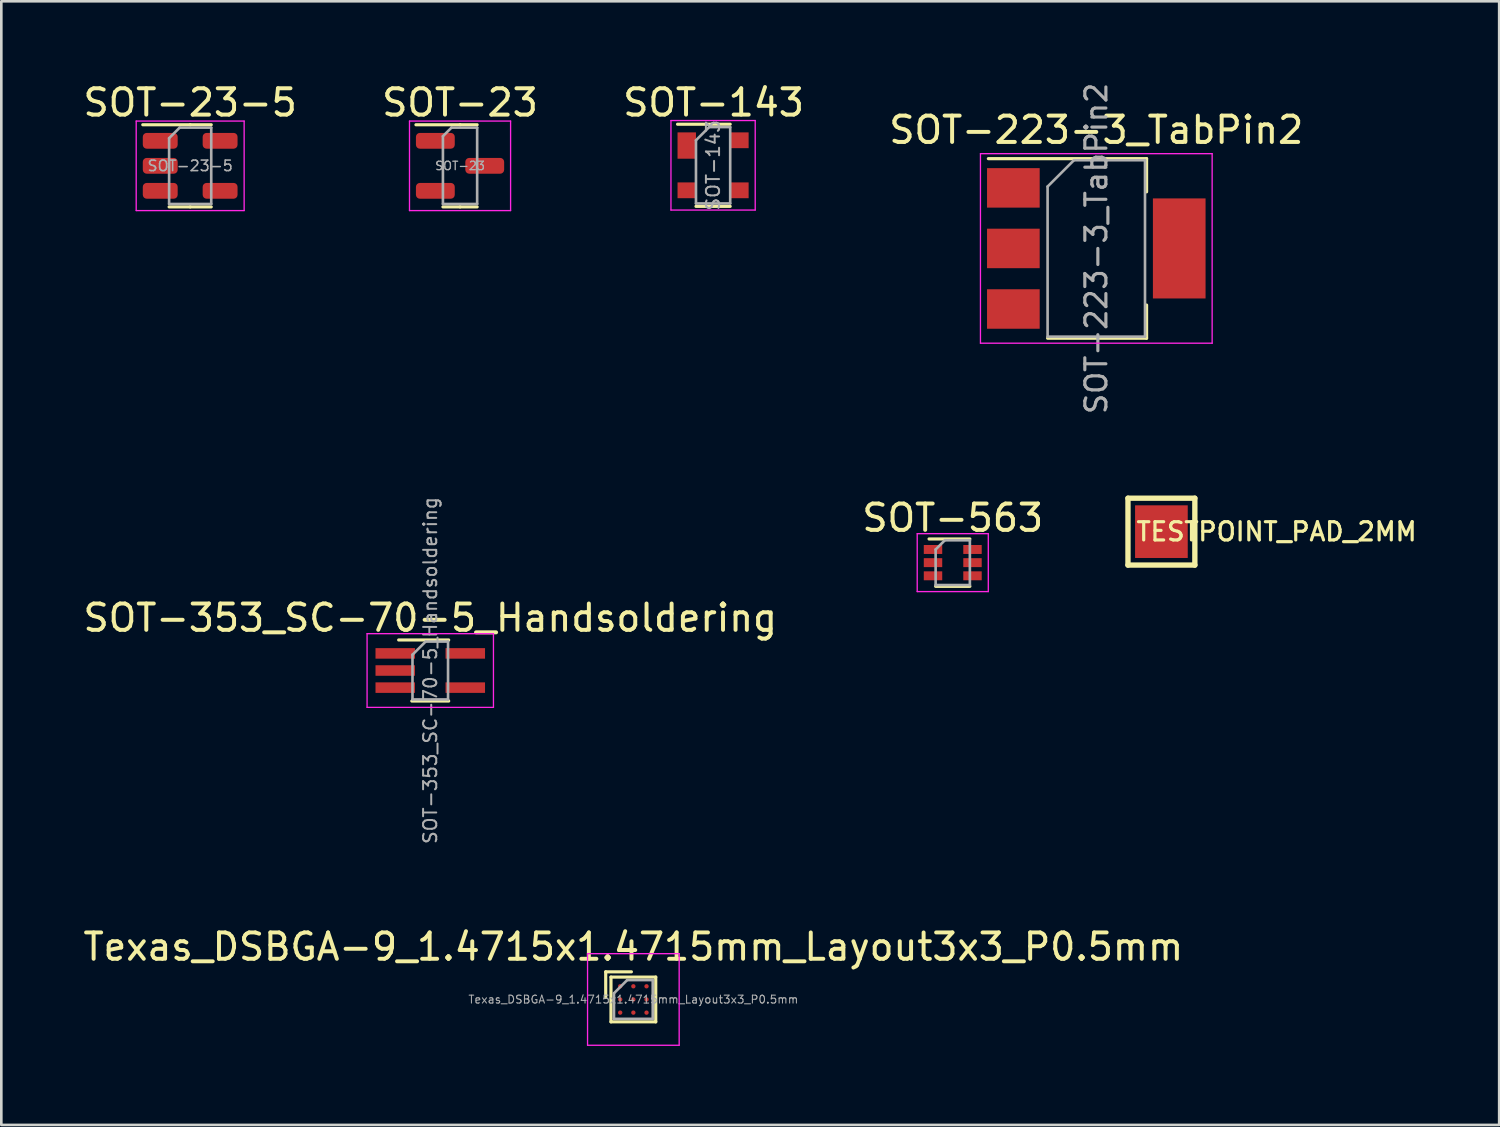
<source format=kicad_pcb>
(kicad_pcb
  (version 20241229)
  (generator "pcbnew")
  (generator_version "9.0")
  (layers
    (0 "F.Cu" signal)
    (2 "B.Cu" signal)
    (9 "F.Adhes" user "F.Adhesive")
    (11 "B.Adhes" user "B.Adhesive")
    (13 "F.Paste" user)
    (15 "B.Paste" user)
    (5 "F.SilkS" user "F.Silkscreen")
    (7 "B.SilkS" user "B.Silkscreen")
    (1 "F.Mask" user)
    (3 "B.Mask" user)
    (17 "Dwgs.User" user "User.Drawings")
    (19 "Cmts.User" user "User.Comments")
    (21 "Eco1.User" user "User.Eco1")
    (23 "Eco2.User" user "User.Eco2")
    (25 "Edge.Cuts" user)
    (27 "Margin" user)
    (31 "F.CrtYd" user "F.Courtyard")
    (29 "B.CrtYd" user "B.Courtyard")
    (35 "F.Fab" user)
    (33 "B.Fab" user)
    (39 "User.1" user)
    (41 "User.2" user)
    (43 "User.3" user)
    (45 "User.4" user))
  (footprint "SOT-563"
    (layer "F.Cu")
    (at 33.137 18.32)
    (property "Reference" "SOT-563" (at 0 -1.7 0) (layer "F.SilkS") (effects (font (size 1 1) (thickness 0.15))))
    (attr smd)
    (fp_line (start -0.9 -0.9) (end 0.65 -0.9) (stroke (width 0.12) (type solid)) (layer "F.SilkS"))
    (fp_line (start 0.65 0.9) (end -0.65 0.9) (stroke (width 0.12) (type solid)) (layer "F.SilkS"))
    (fp_line (start -1.35 -1.1) (end -1.35 1.1) (stroke (width 0.05) (type solid)) (layer "F.CrtYd"))
    (fp_line (start -1.35 -1.1) (end 1.35 -1.1) (stroke (width 0.05) (type solid)) (layer "F.CrtYd"))
    (fp_line (start 1.35 1.1) (end -1.35 1.1) (stroke (width 0.05) (type solid)) (layer "F.CrtYd"))
    (fp_line (start 1.35 1.1) (end 1.35 -1.1) (stroke (width 0.05) (type solid)) (layer "F.CrtYd"))
    (fp_line (start -0.65 -0.5) (end -0.65 0.85) (stroke (width 0.1) (type solid)) (layer "F.Fab"))
    (fp_line (start -0.65 -0.5) (end -0.3 -0.85) (stroke (width 0.1) (type solid)) (layer "F.Fab"))
    (fp_line (start -0.65 0.85) (end 0.65 0.85) (stroke (width 0.1) (type solid)) (layer "F.Fab"))
    (fp_line (start 0.65 -0.85) (end -0.3 -0.85) (stroke (width 0.1) (type solid)) (layer "F.Fab"))
    (fp_line (start 0.65 0.85) (end 0.65 -0.85) (stroke (width 0.1) (type solid)) (layer "F.Fab"))
    (pad "1" smd rect (at -0.75 -0.5) (size 0.7 0.34) (layers "F.Cu" "F.Mask" "F.Paste"))
    (pad "2" smd rect (at -0.75 0) (size 0.7 0.34) (layers "F.Cu" "F.Mask" "F.Paste"))
    (pad "3" smd rect (at -0.75 0.5) (size 0.7 0.34) (layers "F.Cu" "F.Mask" "F.Paste"))
    (pad "4" smd rect (at 0.75 0.5) (size 0.7 0.34) (layers "F.Cu" "F.Mask" "F.Paste"))
    (pad "5" smd rect (at 0.75 0) (size 0.7 0.34) (layers "F.Cu" "F.Mask" "F.Paste"))
    (pad "6" smd rect (at 0.75 -0.5) (size 0.7 0.34) (layers "F.Cu" "F.Mask" "F.Paste")))
  (footprint "TESTPOINT_PAD_2MM"
    (layer "F.Cu")
    (at 41.062 17.143)
    (property "Reference" "TESTPOINT_PAD_2MM" (at -1.016 0 0) (layer "F.SilkS") (effects (font (size 0.693 0.693) (thickness 0.12)) (justify left)))
    (attr exclude_from_bom)
    (fp_line (start -1.27 -1.27) (end 1.27 -1.27) (stroke (width 0.203) (type solid)) (layer "F.SilkS"))
    (fp_line (start -1.27 1.27) (end -1.27 -1.27) (stroke (width 0.203) (type solid)) (layer "F.SilkS"))
    (fp_line (start 1.27 -1.27) (end 1.27 1.27) (stroke (width 0.203) (type solid)) (layer "F.SilkS"))
    (fp_line (start 1.27 1.27) (end -1.27 1.27) (stroke (width 0.203) (type solid)) (layer "F.SilkS"))
    (pad "1" smd rect (at 0 0) (size 2 2) (layers "F.Cu" "F.Mask")))
  (footprint "SOT-23-5"
    (layer "F.Cu")
    (at 4.173 3.248)
    (property "Reference" "SOT-23-5" (at 0 -2.4 180) (layer "F.SilkS") (effects (font (size 1 1) (thickness 0.15))))
    (attr smd)
    (fp_line (start 0 -1.56) (end -1.8 -1.56) (stroke (width 0.12) (type solid)) (layer "F.SilkS"))
    (fp_line (start 0 -1.56) (end 0.8 -1.56) (stroke (width 0.12) (type solid)) (layer "F.SilkS"))
    (fp_line (start 0 1.56) (end -0.8 1.56) (stroke (width 0.12) (type solid)) (layer "F.SilkS"))
    (fp_line (start 0 1.56) (end 0.8 1.56) (stroke (width 0.12) (type solid)) (layer "F.SilkS"))
    (fp_line (start -2.05 -1.7) (end -2.05 1.7) (stroke (width 0.05) (type solid)) (layer "F.CrtYd"))
    (fp_line (start -2.05 1.7) (end 2.05 1.7) (stroke (width 0.05) (type solid)) (layer "F.CrtYd"))
    (fp_line (start 2.05 -1.7) (end -2.05 -1.7) (stroke (width 0.05) (type solid)) (layer "F.CrtYd"))
    (fp_line (start 2.05 1.7) (end 2.05 -1.7) (stroke (width 0.05) (type solid)) (layer "F.CrtYd"))
    (fp_line (start -0.8 -1.05) (end -0.4 -1.45) (stroke (width 0.1) (type solid)) (layer "F.Fab"))
    (fp_line (start -0.8 1.45) (end -0.8 -1.05) (stroke (width 0.1) (type solid)) (layer "F.Fab"))
    (fp_line (start -0.4 -1.45) (end 0.8 -1.45) (stroke (width 0.1) (type solid)) (layer "F.Fab"))
    (fp_line (start 0.8 -1.45) (end 0.8 1.45) (stroke (width 0.1) (type solid)) (layer "F.Fab"))
    (fp_line (start 0.8 1.45) (end -0.8 1.45) (stroke (width 0.1) (type solid)) (layer "F.Fab"))
    (fp_text user "${REFERENCE}" (at 0 0 180) (layer "F.Fab") (effects (font (size 0.4 0.4) (thickness 0.06))))
    (pad "1" smd roundrect (at -1.137 -0.95) (size 1.325 0.6) (layers "F.Cu" "F.Mask" "F.Paste") (roundrect_rratio 0.25))
    (pad "2" smd roundrect (at -1.137 0) (size 1.325 0.6) (layers "F.Cu" "F.Mask" "F.Paste") (roundrect_rratio 0.25))
    (pad "3" smd roundrect (at -1.137 0.95) (size 1.325 0.6) (layers "F.Cu" "F.Mask" "F.Paste") (roundrect_rratio 0.25))
    (pad "4" smd roundrect (at 1.137 0.95) (size 1.325 0.6) (layers "F.Cu" "F.Mask" "F.Paste") (roundrect_rratio 0.25))
    (pad "5" smd roundrect (at 1.137 -0.95) (size 1.325 0.6) (layers "F.Cu" "F.Mask" "F.Paste") (roundrect_rratio 0.25)))
  (footprint "Texas_DSBGA-9_1.4715x1.4715mm_Layout3x3_P0.5mm"
    (layer "F.Cu")
    (at 21.006 34.911)
    (property "Reference" "Texas_DSBGA-9_1.4715x1.4715mm_Layout3x3_P0.5mm" (at 0 -2 0) (layer "F.SilkS") (effects (font (size 1 1) (thickness 0.15))))
    (attr smd)
    (fp_line (start -1.05 -1.05) (end -1.05 -0.075) (stroke (width 0.12) (type solid)) (layer "F.SilkS"))
    (fp_line (start -0.85 -0.85) (end -0.85 0.85) (stroke (width 0.12) (type solid)) (layer "F.SilkS"))
    (fp_line (start -0.85 -0.85) (end 0.85 -0.85) (stroke (width 0.12) (type solid)) (layer "F.SilkS"))
    (fp_line (start -0.075 -1.05) (end -1.05 -1.05) (stroke (width 0.12) (type solid)) (layer "F.SilkS"))
    (fp_line (start 0.85 -0.85) (end 0.85 0.85) (stroke (width 0.12) (type solid)) (layer "F.SilkS"))
    (fp_line (start 0.85 0.85) (end -0.85 0.85) (stroke (width 0.12) (type solid)) (layer "F.SilkS"))
    (fp_line (start -1.74 -1.74) (end -1.74 1.74) (stroke (width 0.05) (type solid)) (layer "F.CrtYd"))
    (fp_line (start -1.74 1.74) (end 1.74 1.74) (stroke (width 0.05) (type solid)) (layer "F.CrtYd"))
    (fp_line (start 1.74 -1.74) (end -1.74 -1.74) (stroke (width 0.05) (type solid)) (layer "F.CrtYd"))
    (fp_line (start 1.74 1.74) (end 1.74 -1.74) (stroke (width 0.05) (type solid)) (layer "F.CrtYd"))
    (fp_line (start -0.736 -0.236) (end -0.736 0.736) (stroke (width 0.1) (type solid)) (layer "F.Fab"))
    (fp_line (start -0.736 -0.236) (end -0.236 -0.736) (stroke (width 0.1) (type solid)) (layer "F.Fab"))
    (fp_line (start -0.736 0.736) (end 0.736 0.736) (stroke (width 0.1) (type solid)) (layer "F.Fab"))
    (fp_line (start 0.736 -0.736) (end -0.236 -0.736) (stroke (width 0.1) (type solid)) (layer "F.Fab"))
    (fp_line (start 0.736 0.736) (end 0.736 -0.736) (stroke (width 0.1) (type solid)) (layer "F.Fab"))
    (fp_text user "${REFERENCE}" (at 0 0 0) (layer "F.Fab") (effects (font (size 0.3 0.3) (thickness 0.04))))
    (pad "" smd rect (at -0.5 -0.5) (size 0.3 0.3) (layers "F.Paste"))
    (pad "" smd rect (at -0.5 0) (size 0.3 0.3) (layers "F.Paste"))
    (pad "" smd rect (at -0.5 0.5) (size 0.3 0.3) (layers "F.Paste"))
    (pad "" smd rect (at 0 -0.5) (size 0.3 0.3) (layers "F.Paste"))
    (pad "" smd rect (at 0 0) (size 0.3 0.3) (layers "F.Paste"))
    (pad "" smd rect (at 0 0.5) (size 0.3 0.3) (layers "F.Paste"))
    (pad "" smd rect (at 0.5 -0.5) (size 0.3 0.3) (layers "F.Paste"))
    (pad "" smd rect (at 0.5 0) (size 0.3 0.3) (layers "F.Paste"))
    (pad "" smd rect (at 0.5 0.5) (size 0.3 0.3) (layers "F.Paste"))
    (pad "A1" smd circle (at -0.5 -0.5) (size 0.165 0.165) (layers "F.Cu" "F.Mask"))
    (pad "A2" smd circle (at 0 -0.5) (size 0.165 0.165) (layers "F.Cu" "F.Mask"))
    (pad "A3" smd circle (at 0.5 -0.5) (size 0.165 0.165) (layers "F.Cu" "F.Mask"))
    (pad "B1" smd circle (at -0.5 0) (size 0.165 0.165) (layers "F.Cu" "F.Mask"))
    (pad "B2" smd circle (at 0 0) (size 0.165 0.165) (layers "F.Cu" "F.Mask"))
    (pad "B3" smd circle (at 0.5 0) (size 0.165 0.165) (layers "F.Cu" "F.Mask" "F.Paste"))
    (pad "C1" smd circle (at -0.5 0.5) (size 0.165 0.165) (layers "F.Cu" "F.Mask"))
    (pad "C2" smd circle (at 0 0.5) (size 0.165 0.165) (layers "F.Cu" "F.Mask"))
    (pad "C3" smd circle (at 0.5 0.5) (size 0.165 0.165) (layers "F.Cu" "F.Mask")))
  (footprint "SOT-143"
    (layer "F.Cu")
    (at 24.034 3.228)
    (property "Reference" "SOT-143" (at 0.02 -2.38 180) (layer "F.SilkS") (effects (font (size 1 1) (thickness 0.15))))
    (attr smd)
    (fp_line (start -0.65 1.56) (end 0.65 1.56) (stroke (width 0.12) (type solid)) (layer "F.SilkS"))
    (fp_line (start 0.65 -1.56) (end -1.35 -1.56) (stroke (width 0.12) (type solid)) (layer "F.SilkS"))
    (fp_line (start -1.6 1.7) (end -1.6 -1.7) (stroke (width 0.05) (type solid)) (layer "F.CrtYd"))
    (fp_line (start -1.6 1.7) (end 1.6 1.7) (stroke (width 0.05) (type solid)) (layer "F.CrtYd"))
    (fp_line (start 1.6 -1.7) (end -1.6 -1.7) (stroke (width 0.05) (type solid)) (layer "F.CrtYd"))
    (fp_line (start 1.6 -1.7) (end 1.6 1.7) (stroke (width 0.05) (type solid)) (layer "F.CrtYd"))
    (fp_line (start -0.65 -0.95) (end -0.15 -1.45) (stroke (width 0.1) (type solid)) (layer "F.Fab"))
    (fp_line (start -0.65 1.45) (end -0.65 -0.95) (stroke (width 0.1) (type solid)) (layer "F.Fab"))
    (fp_line (start -0.15 -1.45) (end 0.65 -1.45) (stroke (width 0.1) (type solid)) (layer "F.Fab"))
    (fp_line (start 0.65 -1.45) (end 0.65 1.45) (stroke (width 0.1) (type solid)) (layer "F.Fab"))
    (fp_line (start 0.65 1.45) (end -0.65 1.45) (stroke (width 0.1) (type solid)) (layer "F.Fab"))
    (fp_text user "${REFERENCE}" (at 0 0 270) (layer "F.Fab") (effects (font (size 0.5 0.5) (thickness 0.075))))
    (pad "1" smd rect (at -1 -0.75) (size 0.7 1) (layers "F.Cu" "F.Mask" "F.Paste"))
    (pad "2" smd rect (at -1 0.95) (size 0.7 0.6) (layers "F.Cu" "F.Mask" "F.Paste"))
    (pad "3" smd rect (at 1 0.95) (size 0.7 0.6) (layers "F.Cu" "F.Mask" "F.Paste"))
    (pad "4" smd rect (at 1 -0.95) (size 0.7 0.6) (layers "F.Cu" "F.Mask" "F.Paste")))
  (footprint "SOT-223-3_TabPin2"
    (layer "F.Cu")
    (at 38.589 6.386)
    (property "Reference" "SOT-223-3_TabPin2" (at 0 -4.5 180) (layer "F.SilkS") (effects (font (size 1 1) (thickness 0.15))))
    (attr smd)
    (fp_line (start -4.1 -3.41) (end 1.91 -3.41) (stroke (width 0.12) (type solid)) (layer "F.SilkS"))
    (fp_line (start -1.85 3.41) (end 1.91 3.41) (stroke (width 0.12) (type solid)) (layer "F.SilkS"))
    (fp_line (start 1.91 -3.41) (end 1.91 -2.15) (stroke (width 0.12) (type solid)) (layer "F.SilkS"))
    (fp_line (start 1.91 3.41) (end 1.91 2.15) (stroke (width 0.12) (type solid)) (layer "F.SilkS"))
    (fp_line (start -4.4 -3.6) (end -4.4 3.6) (stroke (width 0.05) (type solid)) (layer "F.CrtYd"))
    (fp_line (start -4.4 3.6) (end 4.4 3.6) (stroke (width 0.05) (type solid)) (layer "F.CrtYd"))
    (fp_line (start 4.4 -3.6) (end -4.4 -3.6) (stroke (width 0.05) (type solid)) (layer "F.CrtYd"))
    (fp_line (start 4.4 3.6) (end 4.4 -3.6) (stroke (width 0.05) (type solid)) (layer "F.CrtYd"))
    (fp_line (start -1.85 -2.35) (end -1.85 3.35) (stroke (width 0.1) (type solid)) (layer "F.Fab"))
    (fp_line (start -1.85 -2.35) (end -0.85 -3.35) (stroke (width 0.1) (type solid)) (layer "F.Fab"))
    (fp_line (start -1.85 3.35) (end 1.85 3.35) (stroke (width 0.1) (type solid)) (layer "F.Fab"))
    (fp_line (start -0.85 -3.35) (end 1.85 -3.35) (stroke (width 0.1) (type solid)) (layer "F.Fab"))
    (fp_line (start 1.85 -3.35) (end 1.85 3.35) (stroke (width 0.1) (type solid)) (layer "F.Fab"))
    (fp_text user "${REFERENCE}" (at 0 0 90) (layer "F.Fab") (effects (font (size 0.8 0.8) (thickness 0.12))))
    (pad "1" smd rect (at -3.15 -2.3) (size 2 1.5) (layers "F.Cu" "F.Mask" "F.Paste"))
    (pad "2" smd rect (at -3.15 0) (size 2 1.5) (layers "F.Cu" "F.Mask" "F.Paste"))
    (pad "2" smd rect (at 3.15 0) (size 2 3.8) (layers "F.Cu" "F.Mask" "F.Paste"))
    (pad "3" smd rect (at -3.15 2.3) (size 2 1.5) (layers "F.Cu" "F.Mask" "F.Paste")))
  (footprint "SOT-23"
    (layer "F.Cu")
    (at 14.423 3.248)
    (property "Reference" "SOT-23" (at 0 -2.4 180) (layer "F.SilkS") (effects (font (size 1 1) (thickness 0.15))))
    (attr smd)
    (fp_line (start 0 -1.56) (end -1.675 -1.56) (stroke (width 0.12) (type solid)) (layer "F.SilkS"))
    (fp_line (start 0 -1.56) (end 0.65 -1.56) (stroke (width 0.12) (type solid)) (layer "F.SilkS"))
    (fp_line (start 0 1.56) (end -0.65 1.56) (stroke (width 0.12) (type solid)) (layer "F.SilkS"))
    (fp_line (start 0 1.56) (end 0.65 1.56) (stroke (width 0.12) (type solid)) (layer "F.SilkS"))
    (fp_line (start -1.92 -1.7) (end -1.92 1.7) (stroke (width 0.05) (type solid)) (layer "F.CrtYd"))
    (fp_line (start -1.92 1.7) (end 1.92 1.7) (stroke (width 0.05) (type solid)) (layer "F.CrtYd"))
    (fp_line (start 1.92 -1.7) (end -1.92 -1.7) (stroke (width 0.05) (type solid)) (layer "F.CrtYd"))
    (fp_line (start 1.92 1.7) (end 1.92 -1.7) (stroke (width 0.05) (type solid)) (layer "F.CrtYd"))
    (fp_line (start -0.65 -1.125) (end -0.325 -1.45) (stroke (width 0.1) (type solid)) (layer "F.Fab"))
    (fp_line (start -0.65 1.45) (end -0.65 -1.125) (stroke (width 0.1) (type solid)) (layer "F.Fab"))
    (fp_line (start -0.325 -1.45) (end 0.65 -1.45) (stroke (width 0.1) (type solid)) (layer "F.Fab"))
    (fp_line (start 0.65 -1.45) (end 0.65 1.45) (stroke (width 0.1) (type solid)) (layer "F.Fab"))
    (fp_line (start 0.65 1.45) (end -0.65 1.45) (stroke (width 0.1) (type solid)) (layer "F.Fab"))
    (fp_text user "${REFERENCE}" (at 0 0 180) (layer "F.Fab") (effects (font (size 0.32 0.32) (thickness 0.05))))
    (pad "1" smd roundrect (at -0.938 -0.95) (size 1.475 0.6) (layers "F.Cu" "F.Mask" "F.Paste") (roundrect_rratio 0.25))
    (pad "2" smd roundrect (at -0.938 0.95) (size 1.475 0.6) (layers "F.Cu" "F.Mask" "F.Paste") (roundrect_rratio 0.25))
    (pad "3" smd roundrect (at 0.938 0) (size 1.475 0.6) (layers "F.Cu" "F.Mask" "F.Paste") (roundrect_rratio 0.25)))
  (footprint "SOT-353_SC-70-5_Handsoldering"
    (layer "F.Cu")
    (at 13.292 22.417)
    (property "Reference" "SOT-353_SC-70-5_Handsoldering" (at 0 -2 0) (layer "F.SilkS") (effects (font (size 1 1) (thickness 0.15))))
    (attr smd)
    (fp_line (start -0.7 1.16) (end 0.7 1.16) (stroke (width 0.12) (type solid)) (layer "F.SilkS"))
    (fp_line (start 0.7 -1.16) (end -1.2 -1.16) (stroke (width 0.12) (type solid)) (layer "F.SilkS"))
    (fp_line (start -2.4 -1.4) (end -2.4 1.4) (stroke (width 0.05) (type solid)) (layer "F.CrtYd"))
    (fp_line (start -2.4 -1.4) (end 2.4 -1.4) (stroke (width 0.05) (type solid)) (layer "F.CrtYd"))
    (fp_line (start -2.4 1.4) (end 2.4 1.4) (stroke (width 0.05) (type solid)) (layer "F.CrtYd"))
    (fp_line (start 2.4 1.4) (end 2.4 -1.4) (stroke (width 0.05) (type solid)) (layer "F.CrtYd"))
    (fp_line (start -0.675 -0.6) (end -0.675 1.1) (stroke (width 0.1) (type solid)) (layer "F.Fab"))
    (fp_line (start -0.175 -1.1) (end -0.675 -0.6) (stroke (width 0.1) (type solid)) (layer "F.Fab"))
    (fp_line (start 0.675 -1.1) (end -0.175 -1.1) (stroke (width 0.1) (type solid)) (layer "F.Fab"))
    (fp_line (start 0.675 -1.1) (end 0.675 1.1) (stroke (width 0.1) (type solid)) (layer "F.Fab"))
    (fp_line (start 0.675 1.1) (end -0.675 1.1) (stroke (width 0.1) (type solid)) (layer "F.Fab"))
    (fp_text user "${REFERENCE}" (at 0 0 270) (layer "F.Fab") (effects (font (size 0.5 0.5) (thickness 0.075))))
    (pad "1" smd rect (at -1.33 -0.65) (size 1.5 0.4) (layers "F.Cu" "F.Mask" "F.Paste"))
    (pad "2" smd rect (at -1.33 0) (size 1.5 0.4) (layers "F.Cu" "F.Mask" "F.Paste"))
    (pad "3" smd rect (at -1.33 0.65) (size 1.5 0.4) (layers "F.Cu" "F.Mask" "F.Paste"))
    (pad "4" smd rect (at 1.33 0.65) (size 1.5 0.4) (layers "F.Cu" "F.Mask" "F.Paste"))
    (pad "5" smd rect (at 1.33 -0.65) (size 1.5 0.4) (layers "F.Cu" "F.Mask" "F.Paste")))
  (gr_rect
    (start -3 -3)
    (end 53.891 39.676)
    (stroke (width 0.1) (type default))
    (fill no)
    (layer "Edge.Cuts")))
</source>
